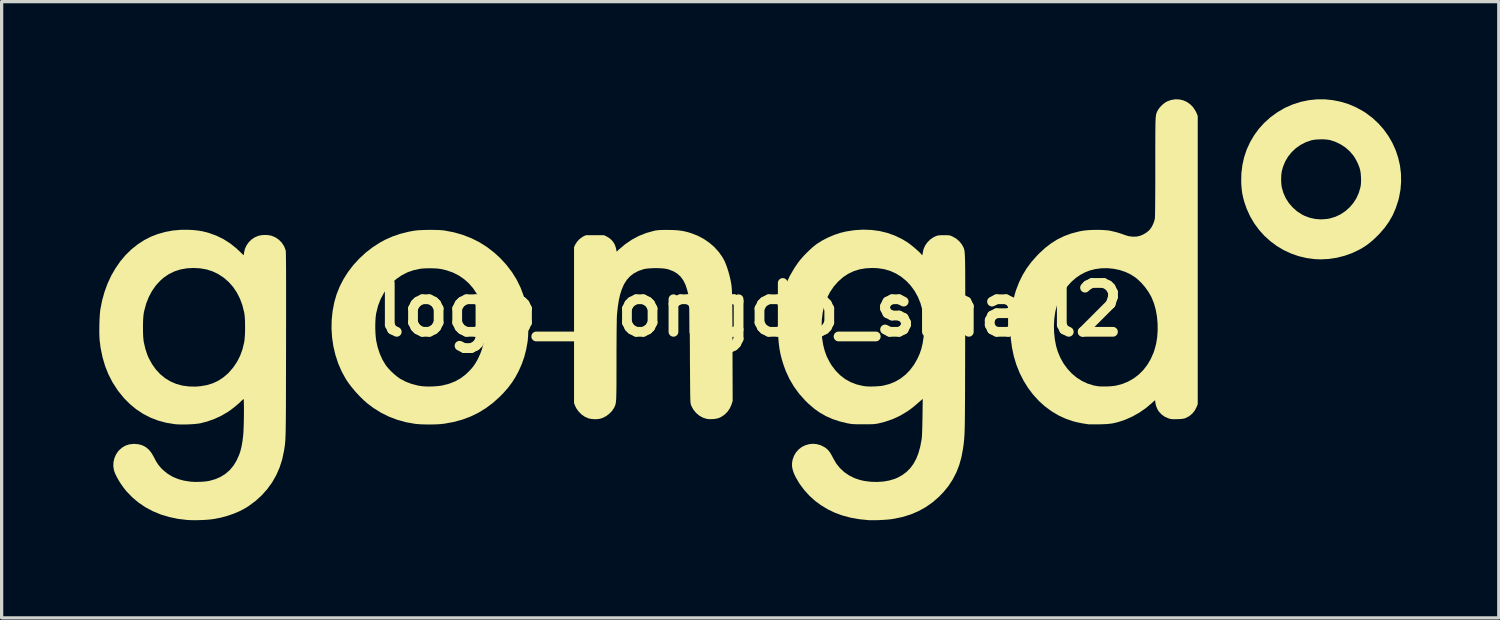
<source format=kicad_pcb>
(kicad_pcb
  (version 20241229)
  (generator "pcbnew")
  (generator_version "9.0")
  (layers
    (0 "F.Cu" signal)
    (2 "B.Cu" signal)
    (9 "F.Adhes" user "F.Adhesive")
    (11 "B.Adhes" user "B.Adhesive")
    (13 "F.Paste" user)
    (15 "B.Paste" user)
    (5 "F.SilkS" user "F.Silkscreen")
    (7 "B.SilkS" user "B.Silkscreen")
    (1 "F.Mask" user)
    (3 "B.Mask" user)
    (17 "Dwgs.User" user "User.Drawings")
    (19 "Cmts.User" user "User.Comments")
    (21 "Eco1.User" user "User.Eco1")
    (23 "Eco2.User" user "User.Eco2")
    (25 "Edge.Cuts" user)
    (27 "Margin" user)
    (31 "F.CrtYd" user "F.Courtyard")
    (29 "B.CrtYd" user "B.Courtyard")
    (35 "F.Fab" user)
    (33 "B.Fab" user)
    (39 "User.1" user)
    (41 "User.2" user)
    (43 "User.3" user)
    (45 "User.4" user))
  (footprint "logo_dongdo_small2"
    (layer "F.Cu")
    (at 19.994 6.464)
    (property "Reference" "logo_dongdo_small2" (at 0 0 0) (layer "F.SilkS") (effects (font (size 1.5 1.5) (thickness 0.3))))
    (attr board_only exclude_from_pos_files exclude_from_bom)
    (fp_poly (pts (xy 17.896 -6.438) (xy 18.14 -6.389) (xy 18.378 -6.316) (xy 18.609 -6.218) (xy 18.832 -6.095) (xy 18.908 -6.046) (xy 19.112 -5.893) (xy 19.296 -5.723) (xy 19.461 -5.536) (xy 19.604 -5.336) (xy 19.727 -5.123) (xy 19.827 -4.9) (xy 19.904 -4.668) (xy 19.959 -4.43) (xy 19.989 -4.186) (xy 19.994 -3.938) (xy 19.975 -3.689) (xy 19.929 -3.441) (xy 19.905 -3.351) (xy 19.83 -3.12) (xy 19.737 -2.906) (xy 19.623 -2.706) (xy 19.488 -2.516) (xy 19.328 -2.332) (xy 19.273 -2.276) (xy 19.152 -2.16) (xy 19.039 -2.062) (xy 18.926 -1.977) (xy 18.807 -1.9) (xy 18.702 -1.841) (xy 18.484 -1.738) (xy 18.253 -1.656) (xy 18.014 -1.596) (xy 17.77 -1.559) (xy 17.528 -1.547) (xy 17.348 -1.554) (xy 17.094 -1.587) (xy 16.848 -1.645) (xy 16.612 -1.727) (xy 16.387 -1.832) (xy 16.175 -1.958) (xy 15.978 -2.105) (xy 15.795 -2.27) (xy 15.63 -2.453) (xy 15.483 -2.653) (xy 15.356 -2.869) (xy 15.251 -3.099) (xy 15.181 -3.3) (xy 15.144 -3.435) (xy 15.116 -3.562) (xy 15.098 -3.693) (xy 15.086 -3.835) (xy 15.082 -3.932) (xy 15.084 -4.045) (xy 16.309 -4.045) (xy 16.31 -3.93) (xy 16.319 -3.822) (xy 16.329 -3.759) (xy 16.377 -3.589) (xy 16.449 -3.429) (xy 16.544 -3.28) (xy 16.659 -3.146) (xy 16.791 -3.028) (xy 16.94 -2.929) (xy 17.029 -2.884) (xy 17.188 -2.825) (xy 17.358 -2.788) (xy 17.533 -2.775) (xy 17.707 -2.787) (xy 17.811 -2.805) (xy 17.98 -2.857) (xy 18.138 -2.932) (xy 18.282 -3.029) (xy 18.412 -3.144) (xy 18.525 -3.276) (xy 18.619 -3.423) (xy 18.692 -3.583) (xy 18.742 -3.753) (xy 18.754 -3.816) (xy 18.762 -3.899) (xy 18.764 -3.997) (xy 18.76 -4.101) (xy 18.751 -4.202) (xy 18.737 -4.288) (xy 18.732 -4.31) (xy 18.704 -4.397) (xy 18.663 -4.496) (xy 18.613 -4.596) (xy 18.56 -4.687) (xy 18.522 -4.743) (xy 18.41 -4.873) (xy 18.277 -4.988) (xy 18.129 -5.084) (xy 17.968 -5.161) (xy 17.811 -5.211) (xy 17.73 -5.225) (xy 17.631 -5.233) (xy 17.524 -5.234) (xy 17.416 -5.23) (xy 17.316 -5.22) (xy 17.233 -5.203) (xy 17.233 -5.203) (xy 17.062 -5.144) (xy 16.903 -5.062) (xy 16.759 -4.96) (xy 16.631 -4.839) (xy 16.521 -4.702) (xy 16.432 -4.551) (xy 16.365 -4.387) (xy 16.329 -4.253) (xy 16.315 -4.156) (xy 16.309 -4.045) (xy 15.084 -4.045) (xy 15.087 -4.19) (xy 15.118 -4.442) (xy 15.173 -4.687) (xy 15.252 -4.922) (xy 15.355 -5.147) (xy 15.48 -5.36) (xy 15.626 -5.559) (xy 15.793 -5.743) (xy 15.979 -5.911) (xy 16.184 -6.06) (xy 16.407 -6.191) (xy 16.44 -6.208) (xy 16.672 -6.309) (xy 16.911 -6.385) (xy 17.155 -6.436) (xy 17.402 -6.462) (xy 17.65 -6.463)) (stroke (width 0) (type solid)) (fill yes) (layer "F.SilkS"))
    (fp_poly (pts (xy -9.671 -2.451) (xy -9.561 -2.448) (xy -9.466 -2.442) (xy -9.397 -2.434) (xy -9.106 -2.379) (xy -8.83 -2.3) (xy -8.568 -2.198) (xy -8.319 -2.073) (xy -8.083 -1.924) (xy -7.86 -1.752) (xy -7.674 -1.581) (xy -7.484 -1.373) (xy -7.317 -1.155) (xy -7.175 -0.926) (xy -7.056 -0.685) (xy -6.96 -0.43) (xy -6.887 -0.16) (xy -6.841 0.081) (xy -6.83 0.177) (xy -6.822 0.293) (xy -6.817 0.422) (xy -6.816 0.557) (xy -6.818 0.691) (xy -6.823 0.818) (xy -6.832 0.929) (xy -6.841 1) (xy -6.884 1.233) (xy -6.94 1.449) (xy -7.011 1.655) (xy -7.1 1.858) (xy -7.113 1.885) (xy -7.21 2.067) (xy -7.317 2.235) (xy -7.437 2.395) (xy -7.575 2.552) (xy -7.69 2.67) (xy -7.9 2.859) (xy -8.119 3.023) (xy -8.349 3.164) (xy -8.59 3.281) (xy -8.844 3.376) (xy -9.114 3.449) (xy -9.399 3.501) (xy -9.434 3.505) (xy -9.522 3.514) (xy -9.63 3.52) (xy -9.75 3.524) (xy -9.877 3.525) (xy -10.003 3.523) (xy -10.121 3.519) (xy -10.224 3.512) (xy -10.288 3.506) (xy -10.57 3.456) (xy -10.84 3.382) (xy -11.098 3.284) (xy -11.344 3.161) (xy -11.578 3.014) (xy -11.748 2.887) (xy -11.872 2.779) (xy -11.999 2.654) (xy -12.124 2.519) (xy -12.241 2.38) (xy -12.345 2.243) (xy -12.416 2.137) (xy -12.546 1.902) (xy -12.654 1.654) (xy -12.739 1.395) (xy -12.803 1.128) (xy -12.843 0.855) (xy -12.861 0.579) (xy -12.859 0.474) (xy -11.517 0.474) (xy -11.516 0.608) (xy -11.51 0.739) (xy -11.5 0.861) (xy -11.486 0.964) (xy -11.486 0.965) (xy -11.44 1.165) (xy -11.377 1.354) (xy -11.299 1.529) (xy -11.206 1.684) (xy -11.172 1.732) (xy -11.108 1.81) (xy -11.029 1.893) (xy -10.941 1.975) (xy -10.853 2.048) (xy -10.771 2.108) (xy -10.752 2.12) (xy -10.582 2.21) (xy -10.396 2.281) (xy -10.201 2.331) (xy -10.073 2.35) (xy -9.976 2.357) (xy -9.863 2.359) (xy -9.742 2.356) (xy -9.623 2.348) (xy -9.515 2.336) (xy -9.445 2.324) (xy -9.246 2.272) (xy -9.065 2.201) (xy -8.9 2.109) (xy -8.748 1.995) (xy -8.65 1.903) (xy -8.564 1.812) (xy -8.494 1.725) (xy -8.434 1.635) (xy -8.376 1.532) (xy -8.349 1.479) (xy -8.287 1.342) (xy -8.238 1.207) (xy -8.202 1.071) (xy -8.177 0.927) (xy -8.162 0.769) (xy -8.156 0.593) (xy -8.156 0.547) (xy -8.157 0.408) (xy -8.163 0.29) (xy -8.173 0.185) (xy -8.189 0.086) (xy -8.211 -0.013) (xy -8.235 -0.1) (xy -8.307 -0.303) (xy -8.399 -0.49) (xy -8.512 -0.66) (xy -8.643 -0.811) (xy -8.792 -0.943) (xy -8.957 -1.055) (xy -9.138 -1.145) (xy -9.334 -1.213) (xy -9.503 -1.252) (xy -9.586 -1.263) (xy -9.687 -1.27) (xy -9.798 -1.273) (xy -9.911 -1.273) (xy -10.017 -1.269) (xy -10.108 -1.262) (xy -10.14 -1.257) (xy -10.342 -1.214) (xy -10.528 -1.149) (xy -10.7 -1.061) (xy -10.861 -0.951) (xy -10.983 -0.845) (xy -11.128 -0.688) (xy -11.251 -0.517) (xy -11.351 -0.331) (xy -11.429 -0.129) (xy -11.484 0.088) (xy -11.492 0.128) (xy -11.505 0.227) (xy -11.513 0.344) (xy -11.517 0.474) (xy -12.859 0.474) (xy -12.855 0.303) (xy -12.826 0.029) (xy -12.773 -0.24) (xy -12.705 -0.473) (xy -12.611 -0.71) (xy -12.492 -0.941) (xy -12.351 -1.163) (xy -12.188 -1.375) (xy -12.007 -1.572) (xy -11.809 -1.755) (xy -11.595 -1.92) (xy -11.369 -2.066) (xy -11.213 -2.15) (xy -10.985 -2.251) (xy -10.74 -2.334) (xy -10.483 -2.398) (xy -10.322 -2.427) (xy -10.244 -2.437) (xy -10.146 -2.444) (xy -10.034 -2.449) (xy -9.914 -2.452) (xy -9.79 -2.453)) (stroke (width 0) (type solid)) (fill yes) (layer "F.SilkS"))
    (fp_poly (pts (xy -2.388 -2.449) (xy -2.256 -2.442) (xy -2.138 -2.429) (xy -2.027 -2.41) (xy -1.917 -2.383) (xy -1.812 -2.351) (xy -1.612 -2.273) (xy -1.425 -2.174) (xy -1.253 -2.056) (xy -1.098 -1.921) (xy -0.962 -1.77) (xy -0.848 -1.606) (xy -0.793 -1.505) (xy -0.764 -1.442) (xy -0.733 -1.36) (xy -0.7 -1.267) (xy -0.669 -1.17) (xy -0.643 -1.077) (xy -0.623 -0.997) (xy -0.613 -0.949) (xy -0.603 -0.904) (xy -0.594 -0.862) (xy -0.587 -0.82) (xy -0.58 -0.778) (xy -0.574 -0.734) (xy -0.569 -0.686) (xy -0.565 -0.632) (xy -0.561 -0.571) (xy -0.558 -0.501) (xy -0.555 -0.421) (xy -0.553 -0.33) (xy -0.551 -0.224) (xy -0.549 -0.103) (xy -0.548 0.034) (xy -0.547 0.19) (xy -0.546 0.366) (xy -0.546 0.564) (xy -0.545 0.784) (xy -0.544 1.03) (xy -0.544 1.121) (xy -0.539 2.803) (xy -0.574 2.912) (xy -0.626 3.029) (xy -0.699 3.135) (xy -0.79 3.225) (xy -0.895 3.295) (xy -0.959 3.324) (xy -1.03 3.344) (xy -1.118 3.357) (xy -1.209 3.362) (xy -1.294 3.359) (xy -1.337 3.352) (xy -1.457 3.313) (xy -1.567 3.251) (xy -1.664 3.168) (xy -1.745 3.069) (xy -1.807 2.955) (xy -1.815 2.934) (xy -1.82 2.922) (xy -1.824 2.909) (xy -1.827 2.895) (xy -1.83 2.877) (xy -1.833 2.855) (xy -1.836 2.825) (xy -1.838 2.788) (xy -1.84 2.741) (xy -1.841 2.683) (xy -1.843 2.612) (xy -1.844 2.527) (xy -1.845 2.427) (xy -1.846 2.308) (xy -1.847 2.171) (xy -1.848 2.014) (xy -1.849 1.835) (xy -1.851 1.632) (xy -1.852 1.404) (xy -1.852 1.338) (xy -1.853 1.091) (xy -1.855 0.87) (xy -1.856 0.673) (xy -1.857 0.498) (xy -1.859 0.343) (xy -1.861 0.207) (xy -1.863 0.088) (xy -1.865 -0.016) (xy -1.868 -0.106) (xy -1.871 -0.184) (xy -1.875 -0.251) (xy -1.88 -0.31) (xy -1.886 -0.362) (xy -1.892 -0.408) (xy -1.899 -0.45) (xy -1.907 -0.491) (xy -1.916 -0.53) (xy -1.927 -0.571) (xy -1.938 -0.615) (xy -1.939 -0.618) (xy -1.99 -0.773) (xy -2.057 -0.906) (xy -2.14 -1.018) (xy -2.241 -1.109) (xy -2.359 -1.181) (xy -2.495 -1.234) (xy -2.567 -1.253) (xy -2.641 -1.265) (xy -2.733 -1.273) (xy -2.837 -1.277) (xy -2.945 -1.277) (xy -3.052 -1.273) (xy -3.151 -1.266) (xy -3.234 -1.255) (xy -3.276 -1.245) (xy -3.434 -1.191) (xy -3.571 -1.119) (xy -3.69 -1.028) (xy -3.79 -0.918) (xy -3.873 -0.788) (xy -3.89 -0.754) (xy -3.948 -0.617) (xy -3.997 -0.463) (xy -4.036 -0.288) (xy -4.067 -0.092) (xy -4.09 0.128) (xy -4.094 0.182) (xy -4.096 0.224) (xy -4.098 0.291) (xy -4.099 0.38) (xy -4.101 0.49) (xy -4.103 0.616) (xy -4.104 0.758) (xy -4.105 0.913) (xy -4.106 1.079) (xy -4.107 1.253) (xy -4.107 1.433) (xy -4.107 1.574) (xy -4.107 1.79) (xy -4.108 1.98) (xy -4.108 2.147) (xy -4.108 2.292) (xy -4.109 2.417) (xy -4.111 2.525) (xy -4.113 2.615) (xy -4.115 2.691) (xy -4.118 2.755) (xy -4.122 2.807) (xy -4.127 2.85) (xy -4.133 2.885) (xy -4.14 2.914) (xy -4.148 2.94) (xy -4.157 2.963) (xy -4.168 2.986) (xy -4.18 3.01) (xy -4.181 3.012) (xy -4.243 3.107) (xy -4.326 3.193) (xy -4.423 3.267) (xy -4.529 3.322) (xy -4.599 3.345) (xy -4.683 3.36) (xy -4.78 3.363) (xy -4.877 3.355) (xy -4.963 3.338) (xy -4.968 3.336) (xy -5.078 3.288) (xy -5.18 3.217) (xy -5.269 3.129) (xy -5.342 3.027) (xy -5.379 2.95) (xy -5.411 2.871) (xy -5.411 0.473) (xy -5.411 -1.925) (xy -5.373 -2.004) (xy -5.316 -2.092) (xy -5.241 -2.172) (xy -5.154 -2.236) (xy -5.125 -2.252) (xy -5.046 -2.29) (xy -4.769 -2.29) (xy -4.492 -2.29) (xy -4.402 -2.246) (xy -4.302 -2.182) (xy -4.221 -2.1) (xy -4.16 -2.002) (xy -4.122 -1.889) (xy -4.114 -1.847) (xy -4.104 -1.783) (xy -4.035 -1.848) (xy -3.841 -2.012) (xy -3.637 -2.151) (xy -3.423 -2.266) (xy -3.197 -2.356) (xy -2.963 -2.421) (xy -2.913 -2.432) (xy -2.866 -2.439) (xy -2.815 -2.445) (xy -2.756 -2.448) (xy -2.683 -2.45) (xy -2.591 -2.451) (xy -2.54 -2.451)) (stroke (width 0) (type solid)) (fill yes) (layer "F.SilkS"))
    (fp_poly (pts (xy 13.178 -6.46) (xy 13.298 -6.433) (xy 13.411 -6.384) (xy 13.513 -6.313) (xy 13.603 -6.221) (xy 13.677 -6.111) (xy 13.716 -6.029) (xy 13.747 -5.951) (xy 13.747 -1.527) (xy 13.747 2.898) (xy 13.716 2.979) (xy 13.66 3.09) (xy 13.584 3.187) (xy 13.491 3.265) (xy 13.385 3.323) (xy 13.379 3.325) (xy 13.34 3.339) (xy 13.298 3.348) (xy 13.247 3.355) (xy 13.181 3.359) (xy 13.119 3.361) (xy 13.041 3.363) (xy 12.983 3.362) (xy 12.938 3.359) (xy 12.9 3.352) (xy 12.863 3.342) (xy 12.851 3.338) (xy 12.733 3.286) (xy 12.634 3.215) (xy 12.552 3.125) (xy 12.528 3.09) (xy 12.498 3.032) (xy 12.471 2.963) (xy 12.452 2.895) (xy 12.443 2.836) (xy 12.443 2.829) (xy 12.441 2.798) (xy 12.436 2.783) (xy 12.435 2.783) (xy 12.422 2.792) (xy 12.394 2.815) (xy 12.357 2.848) (xy 12.341 2.863) (xy 12.154 3.021) (xy 11.951 3.162) (xy 11.736 3.282) (xy 11.515 3.38) (xy 11.43 3.41) (xy 11.325 3.443) (xy 11.231 3.469) (xy 11.142 3.489) (xy 11.052 3.502) (xy 10.954 3.511) (xy 10.842 3.517) (xy 10.721 3.52) (xy 10.631 3.521) (xy 10.549 3.521) (xy 10.478 3.521) (xy 10.423 3.52) (xy 10.389 3.519) (xy 10.383 3.518) (xy 10.207 3.491) (xy 10.054 3.46) (xy 9.932 3.43) (xy 9.696 3.35) (xy 9.47 3.246) (xy 9.256 3.118) (xy 9.054 2.97) (xy 8.867 2.801) (xy 8.694 2.612) (xy 8.538 2.406) (xy 8.399 2.183) (xy 8.278 1.945) (xy 8.177 1.693) (xy 8.1 1.439) (xy 8.042 1.168) (xy 8.005 0.888) (xy 7.989 0.603) (xy 7.991 0.49) (xy 9.329 0.49) (xy 9.335 0.705) (xy 9.358 0.916) (xy 9.397 1.116) (xy 9.445 1.279) (xy 9.526 1.475) (xy 9.627 1.654) (xy 9.745 1.816) (xy 9.879 1.96) (xy 10.027 2.084) (xy 10.189 2.187) (xy 10.362 2.268) (xy 10.546 2.325) (xy 10.68 2.35) (xy 10.753 2.356) (xy 10.845 2.358) (xy 10.946 2.357) (xy 11.049 2.352) (xy 11.145 2.344) (xy 11.226 2.333) (xy 11.236 2.331) (xy 11.429 2.281) (xy 11.611 2.206) (xy 11.78 2.11) (xy 11.935 1.991) (xy 12.074 1.853) (xy 12.197 1.694) (xy 12.302 1.518) (xy 12.388 1.324) (xy 12.416 1.242) (xy 12.468 1.05) (xy 12.501 0.847) (xy 12.516 0.636) (xy 12.514 0.423) (xy 12.495 0.212) (xy 12.459 0.008) (xy 12.406 -0.184) (xy 12.337 -0.36) (xy 12.319 -0.399) (xy 12.232 -0.55) (xy 12.127 -0.697) (xy 12.009 -0.832) (xy 11.883 -0.95) (xy 11.836 -0.988) (xy 11.687 -1.084) (xy 11.523 -1.162) (xy 11.347 -1.22) (xy 11.163 -1.258) (xy 10.975 -1.276) (xy 10.787 -1.273) (xy 10.603 -1.249) (xy 10.426 -1.204) (xy 10.284 -1.148) (xy 10.143 -1.073) (xy 10.015 -0.986) (xy 9.892 -0.881) (xy 9.855 -0.845) (xy 9.762 -0.742) (xy 9.67 -0.625) (xy 9.588 -0.503) (xy 9.525 -0.392) (xy 9.49 -0.314) (xy 9.454 -0.219) (xy 9.419 -0.118) (xy 9.391 -0.019) (xy 9.37 0.068) (xy 9.37 0.07) (xy 9.341 0.276) (xy 9.329 0.49) (xy 7.991 0.49) (xy 7.994 0.316) (xy 8.021 0.033) (xy 8.067 -0.242) (xy 8.135 -0.505) (xy 8.167 -0.606) (xy 8.258 -0.842) (xy 8.365 -1.061) (xy 8.49 -1.267) (xy 8.635 -1.464) (xy 8.804 -1.655) (xy 8.876 -1.729) (xy 9.059 -1.898) (xy 9.246 -2.042) (xy 9.44 -2.163) (xy 9.644 -2.262) (xy 9.861 -2.342) (xy 10.096 -2.403) (xy 10.187 -2.422) (xy 10.279 -2.435) (xy 10.389 -2.445) (xy 10.511 -2.451) (xy 10.639 -2.453) (xy 10.764 -2.452) (xy 10.882 -2.446) (xy 10.985 -2.437) (xy 11.048 -2.428) (xy 11.24 -2.384) (xy 11.424 -2.326) (xy 11.506 -2.296) (xy 11.626 -2.259) (xy 11.752 -2.243) (xy 11.875 -2.248) (xy 11.967 -2.268) (xy 12.061 -2.306) (xy 12.154 -2.359) (xy 12.235 -2.422) (xy 12.276 -2.463) (xy 12.326 -2.533) (xy 12.371 -2.618) (xy 12.407 -2.709) (xy 12.429 -2.795) (xy 12.429 -2.797) (xy 12.432 -2.826) (xy 12.434 -2.882) (xy 12.436 -2.963) (xy 12.437 -3.07) (xy 12.439 -3.201) (xy 12.44 -3.357) (xy 12.441 -3.536) (xy 12.442 -3.739) (xy 12.443 -3.963) (xy 12.443 -4.21) (xy 12.443 -4.399) (xy 12.443 -4.638) (xy 12.443 -4.851) (xy 12.443 -5.041) (xy 12.444 -5.209) (xy 12.444 -5.355) (xy 12.445 -5.483) (xy 12.446 -5.593) (xy 12.447 -5.687) (xy 12.449 -5.766) (xy 12.452 -5.833) (xy 12.455 -5.888) (xy 12.459 -5.934) (xy 12.464 -5.971) (xy 12.47 -6.002) (xy 12.476 -6.028) (xy 12.484 -6.05) (xy 12.492 -6.07) (xy 12.502 -6.09) (xy 12.513 -6.111) (xy 12.521 -6.127) (xy 12.562 -6.19) (xy 12.62 -6.257) (xy 12.688 -6.32) (xy 12.757 -6.371) (xy 12.8 -6.395) (xy 12.926 -6.442) (xy 13.053 -6.464)) (stroke (width 0) (type solid)) (fill yes) (layer "F.SilkS"))
    (fp_poly (pts (xy -17.092 -2.446) (xy -16.955 -2.431) (xy -16.825 -2.409) (xy -16.693 -2.377) (xy -16.618 -2.355) (xy -16.392 -2.273) (xy -16.175 -2.166) (xy -15.97 -2.035) (xy -15.776 -1.879) (xy -15.677 -1.785) (xy -15.633 -1.742) (xy -15.596 -1.707) (xy -15.57 -1.683) (xy -15.56 -1.675) (xy -15.556 -1.687) (xy -15.551 -1.719) (xy -15.548 -1.746) (xy -15.524 -1.861) (xy -15.476 -1.969) (xy -15.408 -2.068) (xy -15.322 -2.154) (xy -15.221 -2.222) (xy -15.109 -2.27) (xy -15.007 -2.291) (xy -14.895 -2.297) (xy -14.783 -2.289) (xy -14.696 -2.27) (xy -14.579 -2.22) (xy -14.475 -2.148) (xy -14.387 -2.057) (xy -14.318 -1.951) (xy -14.271 -1.832) (xy -14.269 -1.824) (xy -14.267 -1.811) (xy -14.265 -1.785) (xy -14.263 -1.747) (xy -14.262 -1.694) (xy -14.261 -1.627) (xy -14.26 -1.545) (xy -14.259 -1.446) (xy -14.258 -1.33) (xy -14.257 -1.195) (xy -14.257 -1.042) (xy -14.256 -0.869) (xy -14.256 -0.675) (xy -14.256 -0.459) (xy -14.256 -0.221) (xy -14.256 0.04) (xy -14.256 0.326) (xy -14.257 0.636) (xy -14.257 0.973) (xy -14.257 1.074) (xy -14.258 1.403) (xy -14.259 1.707) (xy -14.259 1.985) (xy -14.26 2.241) (xy -14.26 2.474) (xy -14.261 2.686) (xy -14.261 2.878) (xy -14.262 3.051) (xy -14.263 3.207) (xy -14.264 3.347) (xy -14.265 3.471) (xy -14.267 3.581) (xy -14.268 3.679) (xy -14.27 3.765) (xy -14.272 3.841) (xy -14.275 3.908) (xy -14.277 3.966) (xy -14.28 4.018) (xy -14.284 4.064) (xy -14.288 4.106) (xy -14.292 4.144) (xy -14.296 4.181) (xy -14.301 4.216) (xy -14.307 4.252) (xy -14.313 4.29) (xy -14.32 4.33) (xy -14.322 4.344) (xy -14.377 4.601) (xy -14.456 4.848) (xy -14.559 5.082) (xy -14.684 5.302) (xy -14.832 5.507) (xy -15.001 5.697) (xy -15.19 5.87) (xy -15.399 6.026) (xy -15.515 6.099) (xy -15.681 6.186) (xy -15.865 6.265) (xy -16.063 6.333) (xy -16.266 6.388) (xy -16.468 6.427) (xy -16.53 6.436) (xy -16.645 6.448) (xy -16.775 6.457) (xy -16.913 6.462) (xy -17.051 6.465) (xy -17.178 6.463) (xy -17.288 6.458) (xy -17.291 6.458) (xy -17.577 6.424) (xy -17.848 6.367) (xy -18.106 6.289) (xy -18.348 6.189) (xy -18.575 6.068) (xy -18.786 5.926) (xy -18.98 5.763) (xy -19.157 5.58) (xy -19.168 5.567) (xy -19.246 5.469) (xy -19.322 5.362) (xy -19.392 5.252) (xy -19.454 5.143) (xy -19.503 5.042) (xy -19.537 4.952) (xy -19.544 4.929) (xy -19.563 4.806) (xy -19.558 4.681) (xy -19.529 4.558) (xy -19.479 4.443) (xy -19.408 4.34) (xy -19.392 4.322) (xy -19.294 4.235) (xy -19.187 4.173) (xy -19.068 4.135) (xy -18.937 4.121) (xy -18.922 4.121) (xy -18.789 4.132) (xy -18.67 4.165) (xy -18.564 4.221) (xy -18.47 4.3) (xy -18.388 4.403) (xy -18.315 4.531) (xy -18.314 4.533) (xy -18.247 4.661) (xy -18.175 4.77) (xy -18.094 4.866) (xy -18.033 4.926) (xy -17.895 5.038) (xy -17.744 5.129) (xy -17.579 5.199) (xy -17.398 5.249) (xy -17.199 5.28) (xy -17.162 5.283) (xy -17.052 5.289) (xy -16.933 5.288) (xy -16.813 5.282) (xy -16.701 5.271) (xy -16.607 5.255) (xy -16.426 5.203) (xy -16.262 5.131) (xy -16.115 5.038) (xy -15.985 4.924) (xy -15.873 4.789) (xy -15.777 4.633) (xy -15.698 4.456) (xy -15.666 4.364) (xy -15.626 4.21) (xy -15.595 4.032) (xy -15.572 3.832) (xy -15.564 3.716) (xy -15.561 3.639) (xy -15.558 3.55) (xy -15.555 3.452) (xy -15.553 3.349) (xy -15.552 3.243) (xy -15.551 3.14) (xy -15.551 3.041) (xy -15.552 2.951) (xy -15.553 2.873) (xy -15.555 2.81) (xy -15.557 2.766) (xy -15.56 2.744) (xy -15.562 2.743) (xy -15.576 2.752) (xy -15.602 2.775) (xy -15.626 2.798) (xy -15.684 2.855) (xy -15.758 2.92) (xy -15.842 2.989) (xy -15.928 3.056) (xy -16.01 3.115) (xy -16.044 3.138) (xy -16.241 3.254) (xy -16.455 3.353) (xy -16.678 3.433) (xy -16.882 3.486) (xy -16.961 3.499) (xy -17.061 3.51) (xy -17.175 3.518) (xy -17.295 3.523) (xy -17.416 3.525) (xy -17.53 3.524) (xy -17.631 3.519) (xy -17.68 3.514) (xy -17.942 3.471) (xy -18.19 3.404) (xy -18.425 3.313) (xy -18.648 3.198) (xy -18.857 3.06) (xy -19.053 2.898) (xy -19.237 2.713) (xy -19.407 2.504) (xy -19.438 2.461) (xy -19.586 2.232) (xy -19.711 1.99) (xy -19.814 1.733) (xy -19.894 1.462) (xy -19.953 1.176) (xy -19.984 0.935) (xy -19.989 0.853) (xy -19.993 0.751) (xy -19.994 0.636) (xy -19.993 0.607) (xy -18.652 0.607) (xy -18.65 0.723) (xy -18.645 0.831) (xy -18.637 0.924) (xy -18.627 0.996) (xy -18.627 0.996) (xy -18.58 1.199) (xy -18.52 1.381) (xy -18.475 1.485) (xy -18.373 1.672) (xy -18.255 1.837) (xy -18.122 1.981) (xy -17.973 2.102) (xy -17.811 2.201) (xy -17.636 2.277) (xy -17.448 2.329) (xy -17.248 2.357) (xy -17.038 2.361) (xy -16.893 2.35) (xy -16.696 2.317) (xy -16.514 2.262) (xy -16.346 2.185) (xy -16.191 2.084) (xy -16.046 1.96) (xy -16.009 1.923) (xy -15.872 1.764) (xy -15.758 1.593) (xy -15.666 1.409) (xy -15.594 1.21) (xy -15.542 0.993) (xy -15.542 0.993) (xy -15.532 0.917) (xy -15.524 0.821) (xy -15.518 0.711) (xy -15.516 0.593) (xy -15.516 0.472) (xy -15.518 0.355) (xy -15.524 0.248) (xy -15.532 0.155) (xy -15.542 0.088) (xy -15.598 -0.136) (xy -15.674 -0.342) (xy -15.77 -0.531) (xy -15.885 -0.701) (xy -16.02 -0.853) (xy -16.175 -0.987) (xy -16.175 -0.987) (xy -16.34 -1.095) (xy -16.515 -1.179) (xy -16.7 -1.238) (xy -16.898 -1.272) (xy -17.098 -1.283) (xy -17.306 -1.272) (xy -17.501 -1.237) (xy -17.683 -1.179) (xy -17.852 -1.097) (xy -18.009 -0.991) (xy -18.115 -0.899) (xy -18.253 -0.75) (xy -18.372 -0.581) (xy -18.472 -0.395) (xy -18.553 -0.191) (xy -18.613 0.03) (xy -18.627 0.098) (xy -18.637 0.17) (xy -18.645 0.263) (xy -18.65 0.37) (xy -18.652 0.487) (xy -18.652 0.607) (xy -19.993 0.607) (xy -19.993 0.513) (xy -19.99 0.388) (xy -19.985 0.267) (xy -19.978 0.156) (xy -19.97 0.062) (xy -19.963 0) (xy -19.908 -0.281) (xy -19.833 -0.55) (xy -19.739 -0.806) (xy -19.626 -1.049) (xy -19.495 -1.276) (xy -19.348 -1.487) (xy -19.185 -1.68) (xy -19.007 -1.854) (xy -18.815 -2.007) (xy -18.611 -2.14) (xy -18.394 -2.25) (xy -18.2 -2.324) (xy -17.966 -2.39) (xy -17.729 -2.434) (xy -17.484 -2.455) (xy -17.247 -2.455)) (stroke (width 0) (type solid)) (fill yes) (layer "F.SilkS"))
    (fp_poly (pts (xy 3.723 -2.451) (xy 3.972 -2.418) (xy 4.212 -2.36) (xy 4.443 -2.277) (xy 4.663 -2.171) (xy 4.831 -2.07) (xy 4.886 -2.03) (xy 4.949 -1.982) (xy 5.016 -1.927) (xy 5.082 -1.871) (xy 5.143 -1.817) (xy 5.195 -1.769) (xy 5.233 -1.73) (xy 5.25 -1.709) (xy 5.269 -1.685) (xy 5.282 -1.675) (xy 5.289 -1.687) (xy 5.296 -1.719) (xy 5.3 -1.746) (xy 5.325 -1.863) (xy 5.374 -1.973) (xy 5.445 -2.073) (xy 5.533 -2.16) (xy 5.635 -2.229) (xy 5.698 -2.258) (xy 5.735 -2.272) (xy 5.771 -2.281) (xy 5.814 -2.286) (xy 5.869 -2.289) (xy 5.943 -2.29) (xy 5.951 -2.29) (xy 6.024 -2.29) (xy 6.076 -2.288) (xy 6.114 -2.284) (xy 6.147 -2.277) (xy 6.181 -2.264) (xy 6.222 -2.245) (xy 6.233 -2.239) (xy 6.337 -2.178) (xy 6.427 -2.098) (xy 6.5 -2.007) (xy 6.53 -1.954) (xy 6.539 -1.936) (xy 6.547 -1.92) (xy 6.555 -1.904) (xy 6.562 -1.887) (xy 6.568 -1.869) (xy 6.574 -1.848) (xy 6.579 -1.823) (xy 6.584 -1.793) (xy 6.588 -1.757) (xy 6.591 -1.714) (xy 6.594 -1.662) (xy 6.597 -1.6) (xy 6.599 -1.527) (xy 6.601 -1.443) (xy 6.602 -1.346) (xy 6.604 -1.234) (xy 6.604 -1.107) (xy 6.605 -0.964) (xy 6.605 -0.803) (xy 6.606 -0.624) (xy 6.605 -0.424) (xy 6.605 -0.204) (xy 6.605 0.038) (xy 6.604 0.304) (xy 6.604 0.593) (xy 6.603 0.909) (xy 6.603 1.033) (xy 6.602 1.356) (xy 6.602 1.654) (xy 6.601 1.928) (xy 6.6 2.178) (xy 6.6 2.406) (xy 6.599 2.613) (xy 6.598 2.8) (xy 6.597 2.97) (xy 6.596 3.122) (xy 6.595 3.258) (xy 6.593 3.38) (xy 6.592 3.489) (xy 6.59 3.585) (xy 6.588 3.671) (xy 6.585 3.747) (xy 6.583 3.814) (xy 6.579 3.874) (xy 6.576 3.929) (xy 6.572 3.979) (xy 6.568 4.025) (xy 6.563 4.07) (xy 6.558 4.113) (xy 6.552 4.157) (xy 6.546 4.203) (xy 6.539 4.251) (xy 6.539 4.256) (xy 6.491 4.519) (xy 6.422 4.766) (xy 6.333 4.997) (xy 6.221 5.213) (xy 6.088 5.417) (xy 5.931 5.609) (xy 5.794 5.749) (xy 5.599 5.918) (xy 5.39 6.064) (xy 5.168 6.187) (xy 4.931 6.288) (xy 4.679 6.366) (xy 4.413 6.422) (xy 4.309 6.437) (xy 4.233 6.445) (xy 4.14 6.452) (xy 4.037 6.458) (xy 3.931 6.463) (xy 3.828 6.465) (xy 3.735 6.466) (xy 3.659 6.465) (xy 3.634 6.463) (xy 3.349 6.434) (xy 3.083 6.387) (xy 2.834 6.321) (xy 2.6 6.235) (xy 2.381 6.13) (xy 2.173 6.004) (xy 1.997 5.874) (xy 1.818 5.713) (xy 1.655 5.533) (xy 1.512 5.339) (xy 1.399 5.147) (xy 1.341 5.023) (xy 1.304 4.912) (xy 1.285 4.809) (xy 1.285 4.709) (xy 1.303 4.607) (xy 1.304 4.601) (xy 1.349 4.48) (xy 1.413 4.374) (xy 1.494 4.286) (xy 1.589 4.214) (xy 1.695 4.162) (xy 1.809 4.13) (xy 1.927 4.118) (xy 2.048 4.129) (xy 2.167 4.163) (xy 2.283 4.222) (xy 2.296 4.231) (xy 2.356 4.276) (xy 2.409 4.33) (xy 2.459 4.397) (xy 2.509 4.483) (xy 2.552 4.567) (xy 2.643 4.723) (xy 2.754 4.862) (xy 2.884 4.984) (xy 3.031 5.086) (xy 3.195 5.169) (xy 3.373 5.23) (xy 3.513 5.261) (xy 3.709 5.285) (xy 3.905 5.29) (xy 4.095 5.277) (xy 4.275 5.245) (xy 4.441 5.195) (xy 4.524 5.16) (xy 4.672 5.079) (xy 4.803 4.981) (xy 4.918 4.866) (xy 5.016 4.732) (xy 5.1 4.578) (xy 5.168 4.403) (xy 5.223 4.207) (xy 5.264 3.988) (xy 5.269 3.952) (xy 5.273 3.914) (xy 5.277 3.854) (xy 5.28 3.773) (xy 5.284 3.676) (xy 5.287 3.567) (xy 5.289 3.448) (xy 5.292 3.325) (xy 5.292 3.291) (xy 5.3 2.738) (xy 5.234 2.795) (xy 5.148 2.87) (xy 5.078 2.93) (xy 5.02 2.979) (xy 4.969 3.019) (xy 4.923 3.055) (xy 4.876 3.088) (xy 4.825 3.123) (xy 4.816 3.129) (xy 4.603 3.256) (xy 4.378 3.36) (xy 4.139 3.442) (xy 3.957 3.488) (xy 3.91 3.498) (xy 3.865 3.505) (xy 3.819 3.511) (xy 3.767 3.515) (xy 3.704 3.517) (xy 3.625 3.518) (xy 3.526 3.519) (xy 3.479 3.519) (xy 3.369 3.519) (xy 3.282 3.518) (xy 3.212 3.516) (xy 3.154 3.513) (xy 3.104 3.508) (xy 3.057 3.501) (xy 3.007 3.492) (xy 2.99 3.489) (xy 2.75 3.431) (xy 2.531 3.359) (xy 2.328 3.269) (xy 2.138 3.161) (xy 1.957 3.032) (xy 1.782 2.88) (xy 1.682 2.781) (xy 1.499 2.575) (xy 1.341 2.358) (xy 1.206 2.128) (xy 1.093 1.883) (xy 1.022 1.689) (xy 0.971 1.523) (xy 0.931 1.366) (xy 0.901 1.209) (xy 0.879 1.048) (xy 0.864 0.874) (xy 0.856 0.68) (xy 0.856 0.662) (xy 0.857 0.561) (xy 2.191 0.561) (xy 2.193 0.642) (xy 2.208 0.867) (xy 2.24 1.072) (xy 2.288 1.262) (xy 2.353 1.439) (xy 2.438 1.606) (xy 2.504 1.713) (xy 2.626 1.874) (xy 2.764 2.013) (xy 2.916 2.129) (xy 3.083 2.223) (xy 3.263 2.293) (xy 3.456 2.339) (xy 3.53 2.35) (xy 3.607 2.357) (xy 3.702 2.359) (xy 3.806 2.357) (xy 3.911 2.351) (xy 4.007 2.343) (xy 4.087 2.331) (xy 4.088 2.331) (xy 4.279 2.281) (xy 4.458 2.208) (xy 4.623 2.111) (xy 4.775 1.991) (xy 4.911 1.85) (xy 5.033 1.687) (xy 5.13 1.518) (xy 5.202 1.362) (xy 5.257 1.202) (xy 5.297 1.032) (xy 5.325 0.847) (xy 5.336 0.725) (xy 5.343 0.476) (xy 5.327 0.238) (xy 5.29 0.013) (xy 5.231 -0.199) (xy 5.15 -0.397) (xy 5.048 -0.58) (xy 4.926 -0.746) (xy 4.803 -0.877) (xy 4.649 -1.005) (xy 4.484 -1.109) (xy 4.308 -1.189) (xy 4.12 -1.245) (xy 3.92 -1.276) (xy 3.754 -1.283) (xy 3.546 -1.272) (xy 3.353 -1.239) (xy 3.174 -1.182) (xy 3.007 -1.102) (xy 2.851 -0.998) (xy 2.706 -0.87) (xy 2.702 -0.866) (xy 2.564 -0.709) (xy 2.448 -0.536) (xy 2.353 -0.349) (xy 2.281 -0.145) (xy 2.229 0.074) (xy 2.2 0.309) (xy 2.191 0.561) (xy 0.857 0.561) (xy 0.859 0.344) (xy 0.885 0.041) (xy 0.934 -0.249) (xy 1.006 -0.526) (xy 1.101 -0.791) (xy 1.22 -1.046) (xy 1.363 -1.29) (xy 1.483 -1.464) (xy 1.555 -1.554) (xy 1.642 -1.652) (xy 1.739 -1.752) (xy 1.839 -1.848) (xy 1.936 -1.935) (xy 2.026 -2.006) (xy 2.04 -2.017) (xy 2.204 -2.121) (xy 2.385 -2.215) (xy 2.577 -2.297) (xy 2.771 -2.362) (xy 2.939 -2.403) (xy 3.205 -2.444) (xy 3.467 -2.46)) (stroke (width 0) (type solid)) (fill yes) (layer "F.SilkS")))
  (gr_rect
    (start -3 -3)
    (end 42.988 15.93)
    (stroke (width 0.1) (type default))
    (fill no)
    (layer "Edge.Cuts")))
</source>
